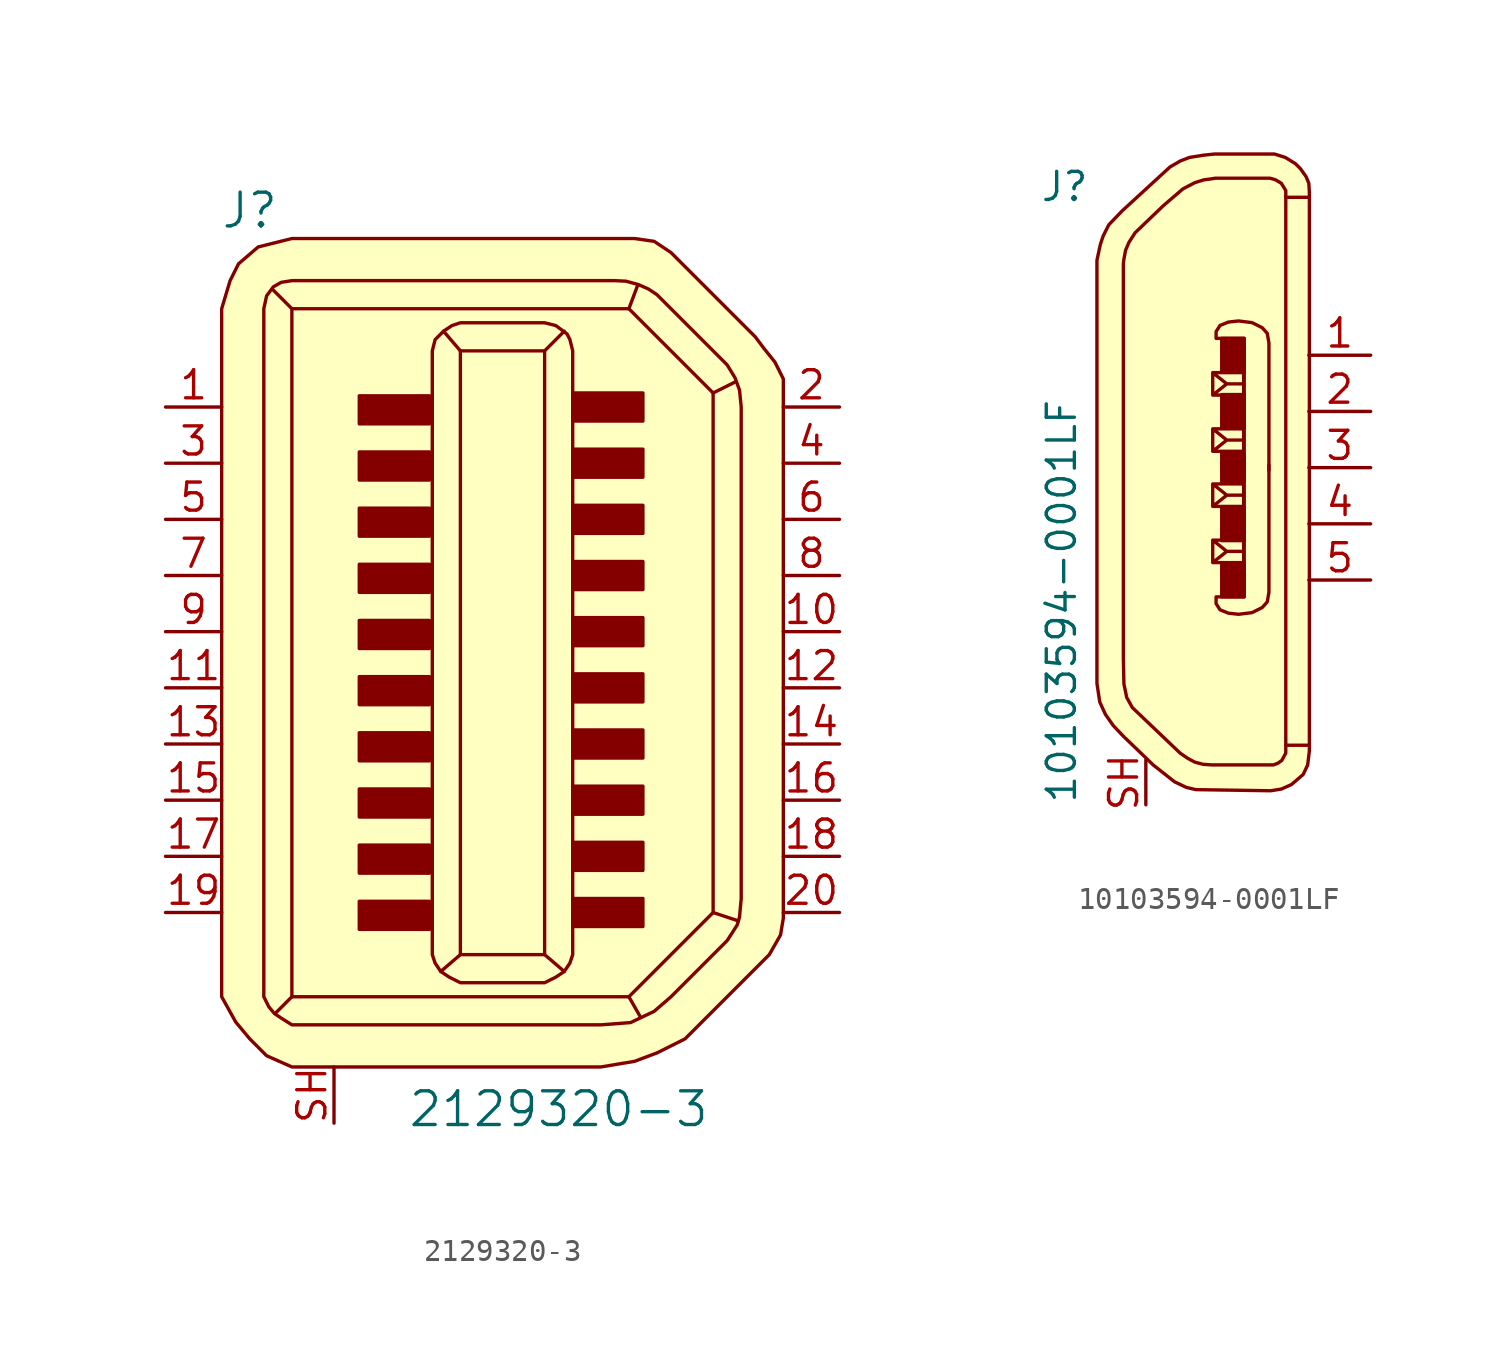
<source format=kicad_sym>
(kicad_symbol_lib
  (version 20220914)
  (generator kicad_symbol_editor)
  (symbol "2129320-3"
    (pin_names
      (offset 1.016))
    (property "Reference" "J"
      (at -11.43 19.05 0)
      (effects (font (size 1.524 1.524))))
    (property "Value" "2129320-3"
      (at 2.54 -21.59 0)
      (effects (font (size 1.524 1.524))))
    (symbol "2129320-3_0_1"
      (rectangle (start -3.302 -12.192) (end -6.477 -13.462) (stroke (width 0) (type solid)) (fill (type outline)))
      (rectangle (start -3.302 -9.652) (end -6.477 -10.922) (stroke (width 0) (type solid)) (fill (type outline)))
      (rectangle (start -3.302 -7.112) (end -6.477 -8.382) (stroke (width 0) (type solid)) (fill (type outline)))
      (rectangle (start -3.302 -4.572) (end -6.477 -5.842) (stroke (width 0) (type solid)) (fill (type outline)))
      (rectangle (start -3.302 -2.032) (end -6.477 -3.302) (stroke (width 0) (type solid)) (fill (type outline)))
      (rectangle (start -3.302 0.508) (end -6.477 -0.762) (stroke (width 0) (type solid)) (fill (type outline)))
      (rectangle (start -3.302 3.048) (end -6.477 1.778) (stroke (width 0) (type solid)) (fill (type outline)))
      (rectangle (start -3.302 5.588) (end -6.477 4.318) (stroke (width 0) (type solid)) (fill (type outline)))
      (rectangle (start -3.302 8.128) (end -6.477 6.858) (stroke (width 0) (type solid)) (fill (type outline)))
      (rectangle (start -3.302 10.668) (end -6.477 9.398) (stroke (width 0) (type solid)) (fill (type outline)))
      (polyline (pts (xy -9.525 -16.51) (xy -10.287 -17.272)) (stroke (width 0) (type solid)) (fill (type none)))
      (polyline (pts (xy -9.525 14.605) (xy -10.414 15.494)) (stroke (width 0) (type solid)) (fill (type none)))
      (polyline (pts (xy -1.905 -14.605) (xy -2.794 -15.367)) (stroke (width 0) (type solid)) (fill (type none)))
      (polyline (pts (xy -1.905 12.7) (xy -2.667 13.589)) (stroke (width 0) (type solid)) (fill (type none)))
      (polyline (pts (xy 1.905 -14.605) (xy 2.794 -15.367)) (stroke (width 0) (type solid)) (fill (type none)))
      (polyline (pts (xy 1.905 12.7) (xy 2.794 13.589)) (stroke (width 0) (type solid)) (fill (type none)))
      (polyline (pts (xy 5.715 -16.51) (xy 6.223 -17.399)) (stroke (width 0) (type solid)) (fill (type none)))
      (polyline (pts (xy 5.715 14.605) (xy 6.096 15.621)) (stroke (width 0) (type solid)) (fill (type none)))
      (polyline (pts (xy 9.525 -12.7) (xy 10.668 -13.081)) (stroke (width 0) (type solid)) (fill (type none)))
      (polyline (pts (xy 9.525 10.795) (xy 10.541 11.303)) (stroke (width 0) (type solid)) (fill (type none)))
      (polyline (pts (xy -9.525 -16.51) (xy 5.715 -16.51) (xy 9.525 -12.7) (xy 9.525 10.795) (xy 5.715 14.605) (xy -9.525 14.605) (xy -9.525 -16.51)) (stroke (width 0) (type solid)) (fill (type background)))
      (polyline (pts (xy 1.905 -15.875) (xy -1.905 -15.875) (xy -2.413 -15.621) (xy -2.794 -15.367) (xy -3.048 -14.986) (xy -3.175 -14.605) (xy -3.175 12.7) (xy -3.048 13.208) (xy -2.667 13.589) (xy -2.286 13.843) (xy -1.905 13.97) (xy 1.905 13.97) (xy 2.413 13.843) (xy 2.921 13.462) (xy 3.048 13.208) (xy 3.175 12.7) (xy 3.175 -14.605) (xy 3.048 -14.986) (xy 2.794 -15.367) (xy 2.413 -15.621) (xy 1.905 -15.875)) (stroke (width 0) (type solid)) (fill (type background)))
      (polyline (pts (xy -1.905 -19.685) (xy -9.525 -19.685) (xy -10.668 -19.177) (xy -11.43 -18.415) (xy -12.065 -17.653) (xy -12.7 -16.51) (xy -12.7 14.605) (xy -12.319 15.875) (xy -11.938 16.637) (xy -11.049 17.399) (xy -9.525 17.78) (xy 5.08 17.78) (xy 5.969 17.78) (xy 6.858 17.653) (xy 7.62 17.145) (xy 11.43 13.335) (xy 11.811 12.827) (xy 12.319 12.192) (xy 12.7 11.43) (xy 12.7 -12.065) (xy 12.7 -12.954) (xy 12.573 -13.716) (xy 12.065 -14.605) (xy 8.255 -18.415) (xy 6.985 -19.05) (xy 5.969 -19.431) (xy 4.445 -19.685) (xy -1.905 -19.685)) (stroke (width 0) (type solid)) (fill (type background)))
      (polyline (pts (xy -2.54 -17.78) (xy -9.525 -17.78) (xy -10.008 -17.475) (xy -10.312 -17.272) (xy -10.566 -16.967) (xy -10.795 -16.51) (xy -10.795 14.605) (xy -10.668 15.189) (xy -10.363 15.596) (xy -10.008 15.799) (xy -9.525 15.875) (xy 5.08 15.875) (xy 5.588 15.85) (xy 6.147 15.697) (xy 6.604 15.494) (xy 6.985 15.24) (xy 10.16 12.065) (xy 10.516 11.481) (xy 10.719 10.922) (xy 10.795 10.16) (xy 10.795 -12.065) (xy 10.719 -12.903) (xy 10.617 -13.259) (xy 10.16 -13.97) (xy 7.62 -16.51) (xy 6.858 -17.17) (xy 5.791 -17.678) (xy 4.445 -17.78) (xy -2.54 -17.78)) (stroke (width 0) (type solid)) (fill (type none)))
      (rectangle (start 1.905 12.7) (end -1.905 -14.605) (stroke (width 0) (type solid)) (fill (type none)))
      (rectangle (start 6.35 -12.065) (end 3.175 -13.335) (stroke (width 0) (type solid)) (fill (type outline)))
      (rectangle (start 6.35 -9.525) (end 3.175 -10.795) (stroke (width 0) (type solid)) (fill (type outline)))
      (rectangle (start 6.35 -6.985) (end 3.175 -8.255) (stroke (width 0) (type solid)) (fill (type outline)))
      (rectangle (start 6.35 -4.445) (end 3.175 -5.715) (stroke (width 0) (type solid)) (fill (type outline)))
      (rectangle (start 6.35 -1.905) (end 3.175 -3.175) (stroke (width 0) (type solid)) (fill (type outline)))
      (rectangle (start 6.35 0.635) (end 3.175 -0.635) (stroke (width 0) (type solid)) (fill (type outline)))
      (rectangle (start 6.35 3.175) (end 3.175 1.905) (stroke (width 0) (type solid)) (fill (type outline)))
      (rectangle (start 6.35 5.715) (end 3.175 4.445) (stroke (width 0) (type solid)) (fill (type outline)))
      (rectangle (start 6.35 8.255) (end 3.175 6.985) (stroke (width 0) (type solid)) (fill (type outline)))
      (rectangle (start 6.35 10.795) (end 3.175 9.525) (stroke (width 0) (type solid)) (fill (type outline))))
    (symbol "2129320-3_1_1"
      (pin passive line (at -15.24 10.16 0) (length 2.54) (name "~" (effects (font (size 1.27 1.27)))) (number "1" (effects (font (size 1.27 1.27)))))
      (pin passive line (at 15.24 0 180) (length 2.54) (name "~" (effects (font (size 1.27 1.27)))) (number "10" (effects (font (size 1.27 1.27)))))
      (pin passive line (at -15.24 -2.54 0) (length 2.54) (name "~" (effects (font (size 1.27 1.27)))) (number "11" (effects (font (size 1.27 1.27)))))
      (pin passive line (at 15.24 -2.54 180) (length 2.54) (name "~" (effects (font (size 1.27 1.27)))) (number "12" (effects (font (size 1.27 1.27)))))
      (pin passive line (at -15.24 -5.08 0) (length 2.54) (name "~" (effects (font (size 1.27 1.27)))) (number "13" (effects (font (size 1.27 1.27)))))
      (pin passive line (at 15.24 -5.08 180) (length 2.54) (name "~" (effects (font (size 1.27 1.27)))) (number "14" (effects (font (size 1.27 1.27)))))
      (pin passive line (at -15.24 -7.62 0) (length 2.54) (name "~" (effects (font (size 1.27 1.27)))) (number "15" (effects (font (size 1.27 1.27)))))
      (pin passive line (at 15.24 -7.62 180) (length 2.54) (name "~" (effects (font (size 1.27 1.27)))) (number "16" (effects (font (size 1.27 1.27)))))
      (pin passive line (at -15.24 -10.16 0) (length 2.54) (name "~" (effects (font (size 1.27 1.27)))) (number "17" (effects (font (size 1.27 1.27)))))
      (pin passive line (at 15.24 -10.16 180) (length 2.54) (name "~" (effects (font (size 1.27 1.27)))) (number "18" (effects (font (size 1.27 1.27)))))
      (pin passive line (at -15.24 -12.7 0) (length 2.54) (name "~" (effects (font (size 1.27 1.27)))) (number "19" (effects (font (size 1.27 1.27)))))
      (pin passive line (at 15.24 10.16 180) (length 2.54) (name "~" (effects (font (size 1.27 1.27)))) (number "2" (effects (font (size 1.27 1.27)))))
      (pin passive line (at 15.24 -12.7 180) (length 2.54) (name "~" (effects (font (size 1.27 1.27)))) (number "20" (effects (font (size 1.27 1.27)))))
      (pin passive line (at -15.24 7.62 0) (length 2.54) (name "~" (effects (font (size 1.27 1.27)))) (number "3" (effects (font (size 1.27 1.27)))))
      (pin passive line (at 15.24 7.62 180) (length 2.54) (name "~" (effects (font (size 1.27 1.27)))) (number "4" (effects (font (size 1.27 1.27)))))
      (pin passive line (at -15.24 5.08 0) (length 2.54) (name "~" (effects (font (size 1.27 1.27)))) (number "5" (effects (font (size 1.27 1.27)))))
      (pin passive line (at 15.24 5.08 180) (length 2.54) (name "~" (effects (font (size 1.27 1.27)))) (number "6" (effects (font (size 1.27 1.27)))))
      (pin passive line (at -15.24 2.54 0) (length 2.54) (name "~" (effects (font (size 1.27 1.27)))) (number "7" (effects (font (size 1.27 1.27)))))
      (pin passive line (at 15.24 2.54 180) (length 2.54) (name "~" (effects (font (size 1.27 1.27)))) (number "8" (effects (font (size 1.27 1.27)))))
      (pin passive line (at -15.24 0 0) (length 2.54) (name "~" (effects (font (size 1.27 1.27)))) (number "9" (effects (font (size 1.27 1.27)))))
      (pin passive line (at -7.62 -22.225 90) (length 2.54) (name "~" (effects (font (size 1.27 1.27)))) (number "SH" (effects (font (size 1.27 1.27)))))))
  (symbol "10103594-0001LF"
    (pin_names
      (offset 1.016))
    (property "Reference" "J"
      (at -6.35 12.7 0)
      (effects (font (size 1.27 1.27)) (justify right)))
    (property "Value" "10103594-0001LF"
      (at -7.62 -15.24 90)
      (effects (font (size 1.27 1.27)) (justify left)))
    (symbol "10103594-0001LF_1_1"
      (rectangle (start -0.381 -4.318) (end 0.635 -5.842) (stroke (width 0) (type solid)) (fill (type outline)))
      (rectangle (start -0.381 -3.302) (end 0.635 -1.778) (stroke (width 0) (type solid)) (fill (type outline)))
      (rectangle (start -0.381 -0.635) (end 0.635 0.381) (stroke (width 0) (type solid)) (fill (type outline)))
      (rectangle (start -0.381 0.635) (end 0.635 -0.381) (stroke (width 0) (type solid)) (fill (type outline)))
      (rectangle (start -0.381 3.302) (end 0.635 1.778) (stroke (width 0) (type solid)) (fill (type outline)))
      (rectangle (start -0.381 4.318) (end 0.635 5.842) (stroke (width 0) (type solid)) (fill (type outline)))
      (polyline (pts (xy 2.515 12.243) (xy 2.515 -12.548)) (stroke (width 0) (type solid)) (fill (type none)))
      (polyline (pts (xy -0.787 -4.293) (xy -0.787 -3.277) (xy 0.61 -3.277) (xy 0.61 -4.293) (xy -0.787 -4.293) (xy -0.152 -3.785) (xy -0.787 -3.277) (xy 0.61 -3.277) (xy 0.61 -3.785) (xy -0.152 -3.785)) (stroke (width 0) (type solid)) (fill (type none)))
      (polyline (pts (xy -0.787 -1.753) (xy -0.787 -0.737) (xy 0.61 -0.737) (xy 0.61 -1.753) (xy -0.787 -1.753) (xy -0.152 -1.245) (xy -0.787 -0.737) (xy 0.61 -0.737) (xy 0.61 -1.245) (xy -0.152 -1.245)) (stroke (width 0) (type solid)) (fill (type none)))
      (polyline (pts (xy -0.787 1.753) (xy -0.787 0.737) (xy 0.61 0.737) (xy 0.61 1.753) (xy -0.787 1.753) (xy -0.152 1.245) (xy -0.787 0.737) (xy 0.61 0.737) (xy 0.61 1.245) (xy -0.152 1.245)) (stroke (width 0) (type solid)) (fill (type none)))
      (polyline (pts (xy -0.787 4.293) (xy -0.787 3.277) (xy 0.61 3.277) (xy 0.61 4.293) (xy -0.787 4.293) (xy -0.152 3.785) (xy -0.787 3.277) (xy 0.61 3.277) (xy 0.61 3.785) (xy -0.152 3.785)) (stroke (width 0) (type solid)) (fill (type none)))
      (polyline (pts (xy 0.635 -0.025) (xy 0.635 5.842) (xy -0.635 5.842) (xy -0.635 6.147) (xy -0.457 6.426) (xy -0.076 6.579) (xy 0.381 6.629) (xy 0.991 6.553) (xy 1.448 6.325) (xy 1.676 6.071) (xy 1.753 5.639) (xy 1.753 4.801) (xy 1.753 -0.127)) (stroke (width 0) (type solid)) (fill (type none)))
      (polyline (pts (xy 0.635 0.025) (xy 0.635 -5.842) (xy -0.635 -5.842) (xy -0.635 -6.147) (xy -0.457 -6.426) (xy -0.076 -6.579) (xy 0.381 -6.629) (xy 0.991 -6.553) (xy 1.448 -6.325) (xy 1.676 -6.071) (xy 1.753 -5.639) (xy 1.753 -4.801) (xy 1.753 0.127)) (stroke (width 0) (type solid)) (fill (type none)))
      (polyline (pts (xy 3.581 -12.548) (xy 2.565 -12.548) (xy 2.515 -12.548) (xy 2.515 -12.903) (xy 2.337 -13.233) (xy 2.159 -13.36) (xy 1.956 -13.437) (xy -0.813 -13.437) (xy -1.219 -13.411) (xy -1.6 -13.31) (xy -1.93 -13.132) (xy -2.261 -12.903) (xy -4.42 -10.846) (xy -4.674 -10.389) (xy -4.801 -9.779) (xy -4.826 -8.636) (xy -4.826 9.22) (xy -4.801 9.423) (xy -4.724 9.83) (xy -4.572 10.185) (xy -4.293 10.617) (xy -3.023 11.836) (xy -2.134 12.598) (xy -1.6 12.878) (xy -1.194 13.005) (xy -0.66 13.081) (xy 1.803 13.081) (xy 2.057 13.005) (xy 2.311 12.852) (xy 2.515 12.522) (xy 2.515 12.217) (xy 3.581 12.217)) (stroke (width 0) (type solid)) (fill (type none)))
      (polyline (pts (xy 3.581 -11.481) (xy 3.581 -12.802) (xy 3.505 -13.437) (xy 3.302 -13.868) (xy 2.769 -14.326) (xy 2.311 -14.529) (xy 1.829 -14.605) (xy -1.549 -14.554) (xy -1.981 -14.453) (xy -2.515 -14.199) (xy -3.48 -13.437) (xy -4.826 -12.141) (xy -5.283 -11.659) (xy -5.639 -11.151) (xy -5.893 -10.592) (xy -6.02 -9.754) (xy -6.02 9.373) (xy -5.867 10.084) (xy -5.74 10.465) (xy -5.486 10.973) (xy -4.877 11.608) (xy -2.718 13.589) (xy -2.235 13.868) (xy -1.829 14.021) (xy -1.194 14.122) (xy -0.711 14.173) (xy 2.007 14.173) (xy 2.489 14.021) (xy 2.946 13.741) (xy 3.175 13.513) (xy 3.429 13.157) (xy 3.556 12.852) (xy 3.581 12.446) (xy 3.581 -11.506)) (stroke (width 0) (type solid)) (fill (type background)))
      (pin passive line (at 6.35 5.08 180) (length 2.794) (name "~" (effects (font (size 1.27 1.27)))) (number "1" (effects (font (size 1.27 1.27)))))
      (pin passive line (at 6.35 2.54 180) (length 2.794) (name "~" (effects (font (size 1.27 1.27)))) (number "2" (effects (font (size 1.27 1.27)))))
      (pin passive line (at 6.35 0 180) (length 2.794) (name "~" (effects (font (size 1.27 1.27)))) (number "3" (effects (font (size 1.27 1.27)))))
      (pin passive line (at 6.35 -2.54 180) (length 2.794) (name "~" (effects (font (size 1.27 1.27)))) (number "4" (effects (font (size 1.27 1.27)))))
      (pin passive line (at 6.35 -5.08 180) (length 2.794) (name "~" (effects (font (size 1.27 1.27)))) (number "5" (effects (font (size 1.27 1.27)))))
      (pin passive line (at -3.81 -15.24 90) (length 2.032) (name "~" (effects (font (size 1.27 1.27)))) (number "SH" (effects (font (size 1.27 1.27))))))))
</source>
